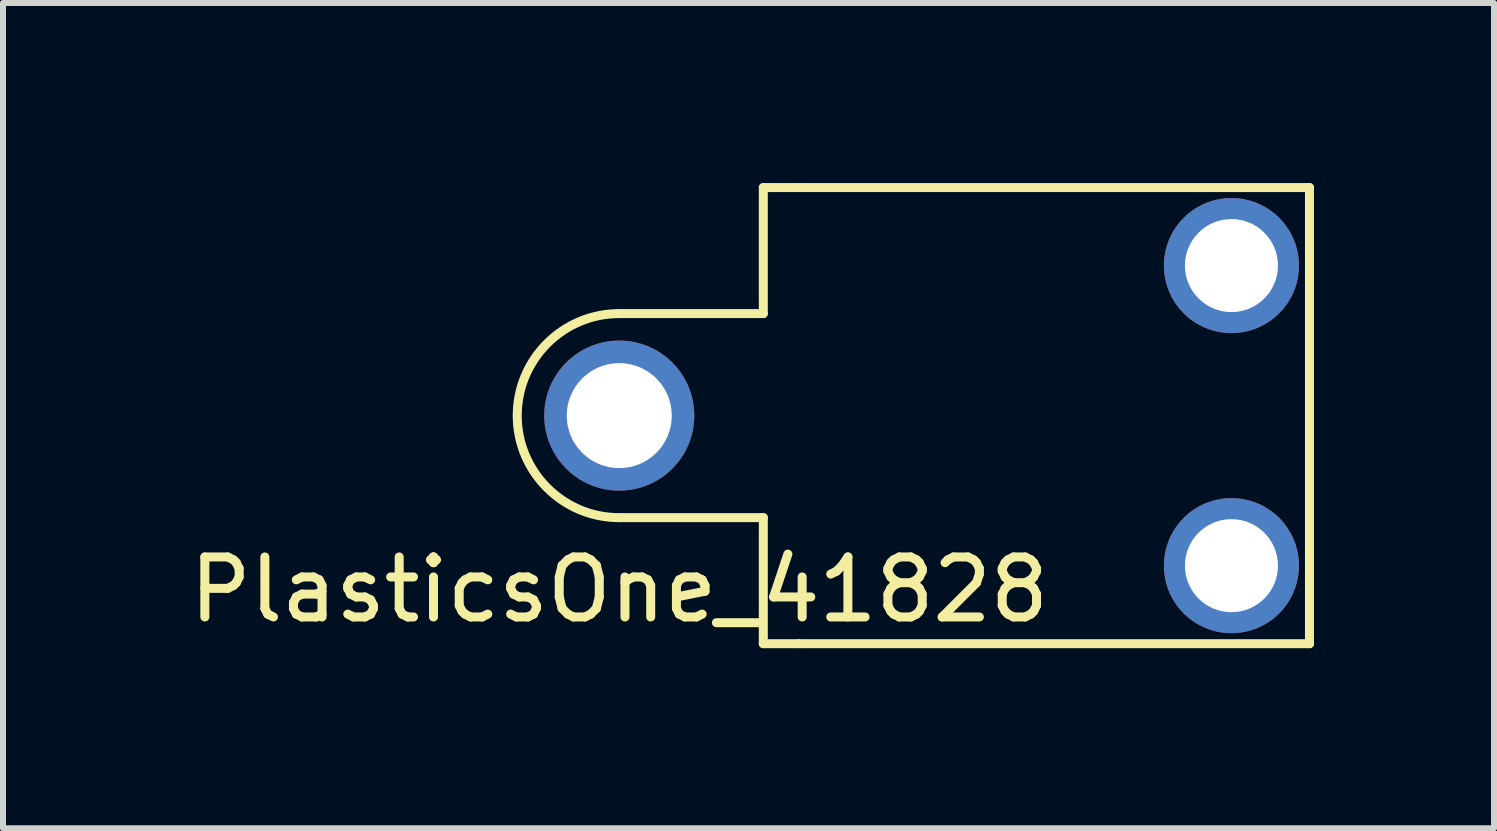
<source format=kicad_pcb>
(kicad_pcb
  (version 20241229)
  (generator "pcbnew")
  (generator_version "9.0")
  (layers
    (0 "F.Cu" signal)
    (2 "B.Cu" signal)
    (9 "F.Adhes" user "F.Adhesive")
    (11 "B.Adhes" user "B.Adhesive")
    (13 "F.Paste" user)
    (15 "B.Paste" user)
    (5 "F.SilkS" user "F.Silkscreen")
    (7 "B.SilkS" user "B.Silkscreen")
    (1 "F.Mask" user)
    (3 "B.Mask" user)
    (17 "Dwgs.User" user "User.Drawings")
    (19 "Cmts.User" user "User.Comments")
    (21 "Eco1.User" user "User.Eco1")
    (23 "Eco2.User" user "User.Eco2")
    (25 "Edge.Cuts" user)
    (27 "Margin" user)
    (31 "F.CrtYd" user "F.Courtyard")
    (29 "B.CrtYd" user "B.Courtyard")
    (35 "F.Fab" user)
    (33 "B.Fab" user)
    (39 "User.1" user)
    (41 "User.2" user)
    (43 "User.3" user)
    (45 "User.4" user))
  (footprint "PlasticsOne_41828"
    (layer "F.Cu")
    (at 7.268 3.875)
    (property "Reference" "PlasticsOne_41828" (at 0 2.9 0) (layer "F.SilkS") (effects (font (size 1 1) (thickness 0.15))))
    (attr through_hole)
    (fp_line (start 0 -1.7) (end 2.4 -1.7) (stroke (width 0.15) (type solid)) (layer "F.SilkS"))
    (fp_line (start 2.4 -3.8) (end 3 -3.8) (stroke (width 0.15) (type solid)) (layer "F.SilkS"))
    (fp_line (start 2.4 -1.7) (end 2.4 -3.8) (stroke (width 0.15) (type solid)) (layer "F.SilkS"))
    (fp_line (start 2.4 1.7) (end 0 1.7) (stroke (width 0.15) (type solid)) (layer "F.SilkS"))
    (fp_line (start 2.4 3.8) (end 2.4 1.7) (stroke (width 0.15) (type solid)) (layer "F.SilkS"))
    (fp_line (start 3 3.8) (end 2.4 3.8) (stroke (width 0.15) (type solid)) (layer "F.SilkS"))
    (fp_line (start 3 3.8) (end 11.5 3.8) (stroke (width 0.15) (type solid)) (layer "F.SilkS"))
    (fp_line (start 11.5 -3.8) (end 3 -3.8) (stroke (width 0.15) (type solid)) (layer "F.SilkS"))
    (fp_line (start 11.5 3.8) (end 11.5 -3.8) (stroke (width 0.15) (type solid)) (layer "F.SilkS"))
    (fp_arc (start 0 1.7) (mid -1.7 0) (end 0 -1.7) (stroke (width 0.15) (type solid)) (layer "F.SilkS"))
    (pad "1" thru_hole circle (at 0 0) (size 2.5 2.5) (drill 1.75) (layers "*.Cu" "*.Mask"))
    (pad "2" thru_hole circle (at 10.2 -2.5) (size 2.25 2.25) (drill 1.55) (layers "*.Cu" "*.Mask"))
    (pad "3" thru_hole circle (at 10.2 2.5) (size 2.25 2.25) (drill 1.55) (layers "*.Cu" "*.Mask")))
  (gr_rect
    (start -3 -3)
    (end 21.843 10.75)
    (stroke (width 0.1) (type default))
    (fill no)
    (layer "Edge.Cuts")))
</source>
